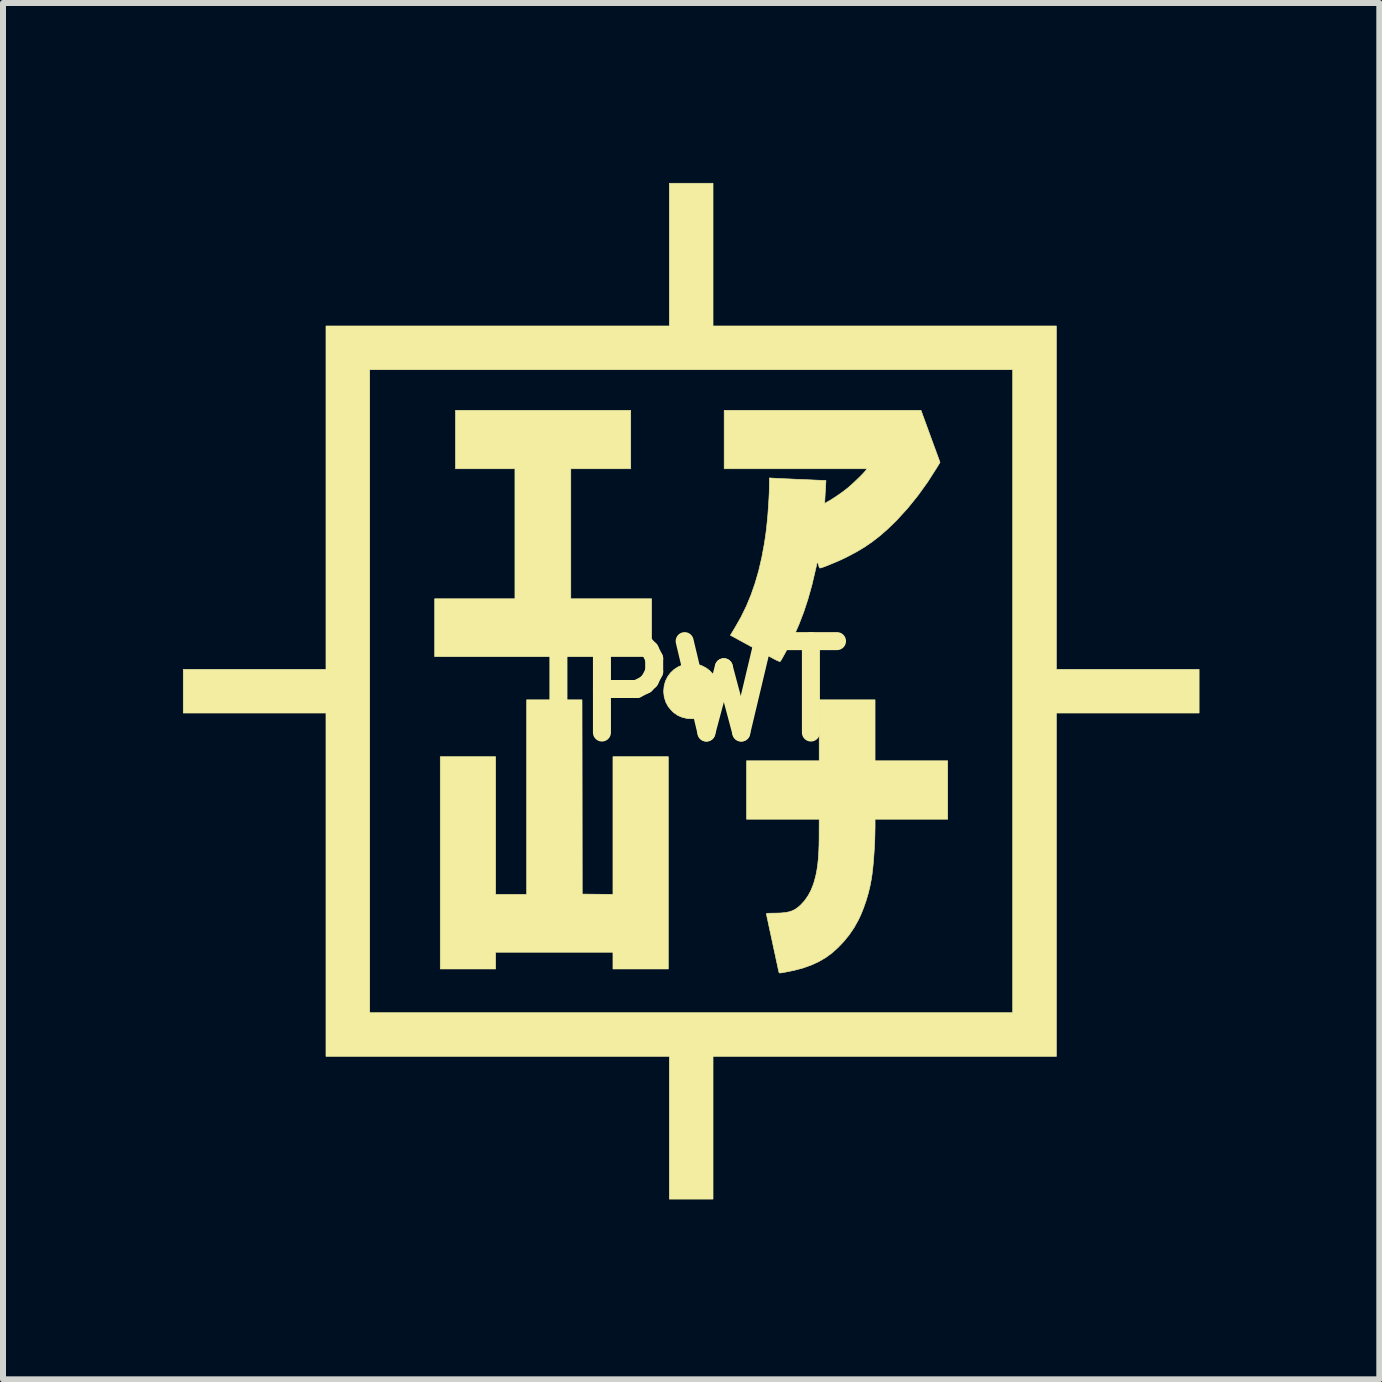
<source format=kicad_pcb>
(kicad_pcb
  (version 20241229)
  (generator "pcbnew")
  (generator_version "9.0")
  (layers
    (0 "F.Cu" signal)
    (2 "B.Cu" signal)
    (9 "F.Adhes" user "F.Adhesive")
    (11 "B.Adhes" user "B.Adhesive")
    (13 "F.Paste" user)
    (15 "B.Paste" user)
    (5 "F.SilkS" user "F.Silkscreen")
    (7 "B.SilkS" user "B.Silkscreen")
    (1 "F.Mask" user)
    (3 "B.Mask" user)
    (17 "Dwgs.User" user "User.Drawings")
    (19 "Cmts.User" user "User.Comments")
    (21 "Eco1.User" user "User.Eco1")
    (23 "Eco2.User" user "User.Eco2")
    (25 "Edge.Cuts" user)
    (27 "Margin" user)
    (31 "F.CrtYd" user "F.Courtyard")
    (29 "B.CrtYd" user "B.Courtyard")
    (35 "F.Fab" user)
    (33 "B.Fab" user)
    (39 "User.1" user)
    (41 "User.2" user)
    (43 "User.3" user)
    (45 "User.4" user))
  (footprint "IPWT"
    (layer "F.Cu")
    (at 8.472 8.472)
    (property "Reference" "IPWT" (at 0 0 0) (layer "F.SilkS") (effects (font (size 1.524 1.524) (thickness 0.3))))
    (attr through_hole)
    (fp_poly (pts (xy -1.008 -3.708) (xy -2.007 -3.708) (xy -2.007 -1.541) (xy -0.66 -1.541) (xy -0.66 -0.576) (xy -4.276 -0.576) (xy -4.276 -1.541) (xy -2.938 -1.541) (xy -2.938 -3.708) (xy -3.929 -3.708) (xy -3.929 -4.682) (xy -1.008 -4.682) (xy -1.008 -3.708)) (stroke (width 0.01) (type solid)) (fill yes) (layer "F.SilkS"))
    (fp_poly (pts (xy -1.818 1.763) (xy -1.816 3.382) (xy -1.56 3.385) (xy -1.304 3.387) (xy -1.304 1.092) (xy -0.381 1.092) (xy -0.381 4.631) (xy -1.304 4.631) (xy -1.304 4.352) (xy -3.26 4.352) (xy -3.26 4.631) (xy -4.183 4.631) (xy -4.183 1.092) (xy -3.26 1.092) (xy -3.26 3.387) (xy -2.743 3.387) (xy -2.743 0.144) (xy -1.82 0.144) (xy -1.818 1.763)) (stroke (width 0.01) (type solid)) (fill yes) (layer "F.SilkS"))
    (fp_poly (pts (xy 0.364 -6.088) (xy 6.088 -6.088) (xy 6.088 -0.364) (xy 8.467 -0.364) (xy 8.467 0.364) (xy 6.088 0.364) (xy 6.088 6.088) (xy 0.364 6.088) (xy 0.364 8.467) (xy -0.364 8.467) (xy -0.364 6.088) (xy -6.088 6.088) (xy -6.088 0.364) (xy -8.467 0.364) (xy -8.467 -0.364) (xy -6.088 -0.364) (xy -6.088 -5.359) (xy -5.359 -5.359) (xy -5.359 5.359) (xy 5.359 5.359) (xy 5.359 -5.359) (xy -5.359 -5.359) (xy -6.088 -5.359) (xy -6.088 -6.088) (xy -0.364 -6.088) (xy -0.364 -8.467) (xy 0.364 -8.467) (xy 0.364 -6.088)) (stroke (width 0.01) (type solid)) (fill yes) (layer "F.SilkS"))
    (fp_poly (pts (xy 0.087 -0.451) (xy 0.168 -0.429) (xy 0.242 -0.392) (xy 0.308 -0.343) (xy 0.363 -0.284) (xy 0.407 -0.215) (xy 0.439 -0.138) (xy 0.456 -0.054) (xy 0.459 0) (xy 0.451 0.089) (xy 0.428 0.172) (xy 0.388 0.248) (xy 0.334 0.317) (xy 0.325 0.325) (xy 0.259 0.38) (xy 0.185 0.422) (xy 0.104 0.449) (xy 0.02 0.46) (xy -0.063 0.456) (xy -0.149 0.436) (xy -0.225 0.403) (xy -0.294 0.355) (xy -0.325 0.325) (xy -0.382 0.258) (xy -0.423 0.182) (xy -0.449 0.1) (xy -0.459 0.012) (xy -0.459 0) (xy -0.451 -0.087) (xy -0.429 -0.168) (xy -0.392 -0.242) (xy -0.343 -0.308) (xy -0.284 -0.363) (xy -0.215 -0.407) (xy -0.138 -0.439) (xy -0.054 -0.456) (xy 0 -0.459) (xy 0.087 -0.451)) (stroke (width 0.01) (type solid)) (fill yes) (layer "F.SilkS"))
    (fp_poly (pts (xy 3.065 1.16) (xy 4.276 1.16) (xy 4.276 2.134) (xy 3.065 2.134) (xy 3.065 2.267) (xy 3.063 2.376) (xy 3.06 2.491) (xy 3.054 2.611) (xy 3.046 2.73) (xy 3.037 2.847) (xy 3.027 2.956) (xy 3.015 3.054) (xy 3.005 3.124) (xy 2.982 3.245) (xy 2.952 3.37) (xy 2.915 3.495) (xy 2.873 3.615) (xy 2.828 3.727) (xy 2.789 3.81) (xy 2.716 3.941) (xy 2.634 4.062) (xy 2.541 4.176) (xy 2.45 4.271) (xy 2.351 4.361) (xy 2.244 4.44) (xy 2.127 4.508) (xy 2.001 4.566) (xy 1.863 4.615) (xy 1.712 4.655) (xy 1.582 4.681) (xy 1.536 4.69) (xy 1.504 4.695) (xy 1.484 4.697) (xy 1.472 4.697) (xy 1.466 4.693) (xy 1.464 4.687) (xy 1.462 4.68) (xy 1.458 4.664) (xy 1.451 4.634) (xy 1.442 4.591) (xy 1.431 4.539) (xy 1.417 4.477) (xy 1.403 4.409) (xy 1.387 4.336) (xy 1.37 4.26) (xy 1.354 4.182) (xy 1.337 4.104) (xy 1.321 4.029) (xy 1.305 3.957) (xy 1.291 3.891) (xy 1.279 3.833) (xy 1.268 3.783) (xy 1.26 3.745) (xy 1.255 3.72) (xy 1.253 3.709) (xy 1.253 3.709) (xy 1.261 3.705) (xy 1.286 3.702) (xy 1.325 3.701) (xy 1.378 3.7) (xy 1.395 3.7) (xy 1.485 3.698) (xy 1.561 3.691) (xy 1.625 3.68) (xy 1.681 3.662) (xy 1.731 3.638) (xy 1.778 3.605) (xy 1.822 3.567) (xy 1.892 3.491) (xy 1.95 3.407) (xy 2 3.313) (xy 2.041 3.207) (xy 2.06 3.141) (xy 2.08 3.063) (xy 2.096 2.98) (xy 2.109 2.892) (xy 2.119 2.796) (xy 2.126 2.69) (xy 2.131 2.573) (xy 2.133 2.441) (xy 2.133 2.36) (xy 2.134 2.134) (xy 0.923 2.134) (xy 0.923 1.16) (xy 2.134 1.16) (xy 2.134 0.144) (xy 3.065 0.144) (xy 3.065 1.16)) (stroke (width 0.01) (type solid)) (fill yes) (layer "F.SilkS"))
    (fp_poly (pts (xy 2.191 -4.682) (xy 3.831 -4.682) (xy 3.989 -4.248) (xy 4.148 -3.815) (xy 4.092 -3.722) (xy 3.939 -3.483) (xy 3.777 -3.258) (xy 3.607 -3.048) (xy 3.428 -2.852) (xy 3.387 -2.811) (xy 3.263 -2.692) (xy 3.141 -2.586) (xy 3.018 -2.491) (xy 2.89 -2.403) (xy 2.753 -2.321) (xy 2.603 -2.242) (xy 2.574 -2.227) (xy 2.527 -2.205) (xy 2.476 -2.181) (xy 2.421 -2.157) (xy 2.365 -2.134) (xy 2.311 -2.111) (xy 2.261 -2.091) (xy 2.217 -2.074) (xy 2.181 -2.062) (xy 2.155 -2.054) (xy 2.143 -2.053) (xy 2.143 -2.053) (xy 2.137 -2.062) (xy 2.129 -2.083) (xy 2.121 -2.108) (xy 2.113 -2.134) (xy 2.106 -2.151) (xy 2.103 -2.157) (xy 2.101 -2.148) (xy 2.095 -2.126) (xy 2.088 -2.092) (xy 2.078 -2.051) (xy 2.07 -2.015) (xy 2.012 -1.768) (xy 1.947 -1.536) (xy 1.875 -1.317) (xy 1.795 -1.109) (xy 1.708 -0.912) (xy 1.672 -0.837) (xy 1.647 -0.788) (xy 1.619 -0.735) (xy 1.59 -0.681) (xy 1.562 -0.629) (xy 1.535 -0.581) (xy 1.513 -0.541) (xy 1.495 -0.511) (xy 1.486 -0.498) (xy 1.483 -0.495) (xy 1.477 -0.495) (xy 1.467 -0.497) (xy 1.452 -0.503) (xy 1.431 -0.512) (xy 1.403 -0.526) (xy 1.366 -0.545) (xy 1.32 -0.57) (xy 1.262 -0.6) (xy 1.193 -0.638) (xy 1.111 -0.683) (xy 1.065 -0.708) (xy 0.654 -0.932) (xy 0.734 -1.065) (xy 0.832 -1.238) (xy 0.92 -1.418) (xy 0.998 -1.606) (xy 1.066 -1.802) (xy 1.126 -2.009) (xy 1.177 -2.228) (xy 1.22 -2.46) (xy 1.24 -2.591) (xy 1.254 -2.697) (xy 1.266 -2.815) (xy 1.278 -2.94) (xy 1.287 -3.067) (xy 1.295 -3.192) (xy 1.301 -3.311) (xy 1.303 -3.42) (xy 1.304 -3.464) (xy 1.304 -3.555) (xy 1.365 -3.551) (xy 1.388 -3.55) (xy 1.424 -3.548) (xy 1.472 -3.545) (xy 1.53 -3.543) (xy 1.595 -3.54) (xy 1.666 -3.537) (xy 1.74 -3.533) (xy 1.816 -3.53) (xy 1.891 -3.527) (xy 1.963 -3.524) (xy 2.03 -3.521) (xy 2.09 -3.518) (xy 2.141 -3.516) (xy 2.181 -3.515) (xy 2.208 -3.514) (xy 2.219 -3.514) (xy 2.246 -3.514) (xy 2.241 -3.41) (xy 2.238 -3.358) (xy 2.234 -3.301) (xy 2.231 -3.248) (xy 2.23 -3.218) (xy 2.224 -3.13) (xy 2.274 -3.158) (xy 2.333 -3.192) (xy 2.4 -3.235) (xy 2.469 -3.282) (xy 2.536 -3.33) (xy 2.596 -3.376) (xy 2.599 -3.379) (xy 2.634 -3.408) (xy 2.675 -3.444) (xy 2.719 -3.485) (xy 2.764 -3.528) (xy 2.808 -3.57) (xy 2.847 -3.61) (xy 2.88 -3.645) (xy 2.904 -3.672) (xy 2.912 -3.682) (xy 2.931 -3.708) (xy 0.55 -3.708) (xy 0.55 -4.682) (xy 2.191 -4.682)) (stroke (width 0.01) (type solid)) (fill yes) (layer "F.SilkS")))
  (gr_rect
    (start -3 -3)
    (end 19.943 19.943)
    (stroke (width 0.1) (type default))
    (fill no)
    (layer "Edge.Cuts")))
</source>
